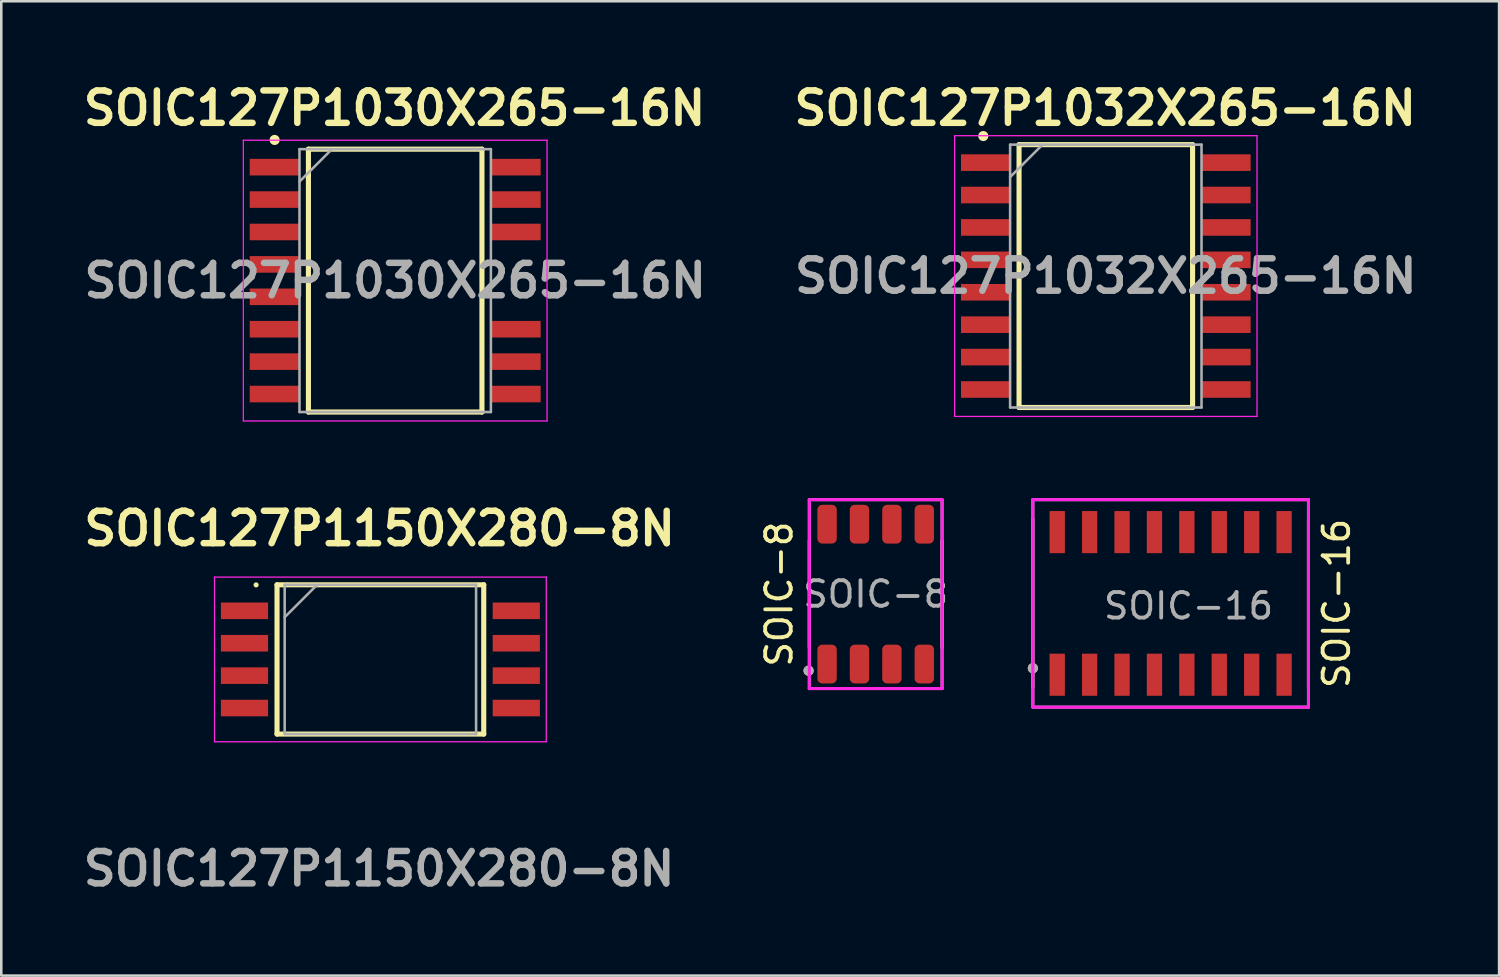
<source format=kicad_pcb>
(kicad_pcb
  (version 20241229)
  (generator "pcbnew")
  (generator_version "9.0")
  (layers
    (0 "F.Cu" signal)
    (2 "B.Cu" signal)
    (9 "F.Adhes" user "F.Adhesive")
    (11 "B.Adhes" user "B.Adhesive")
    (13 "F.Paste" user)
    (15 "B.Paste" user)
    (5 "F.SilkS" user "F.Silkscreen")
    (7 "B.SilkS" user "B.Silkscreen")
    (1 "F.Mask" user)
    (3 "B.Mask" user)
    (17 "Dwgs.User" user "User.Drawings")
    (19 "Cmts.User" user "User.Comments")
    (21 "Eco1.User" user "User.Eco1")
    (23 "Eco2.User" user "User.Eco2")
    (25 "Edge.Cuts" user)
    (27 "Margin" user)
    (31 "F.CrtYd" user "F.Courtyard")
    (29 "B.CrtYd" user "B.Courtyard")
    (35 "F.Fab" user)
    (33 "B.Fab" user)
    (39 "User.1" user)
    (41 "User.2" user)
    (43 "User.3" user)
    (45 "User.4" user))
  (footprint "SOIC127P1150X280-8N"
    (layer "F.Cu")
    (at 11.855 22.789)
    (property "Reference" "SOIC127P1150X280-8N" (at -0.03 -5.13 0) (layer "F.SilkS") (effects (font (size 1.27 1.27) (thickness 0.254))))
    (attr smd)
    (fp_line (start -4.87 -2.92) (end -4.87 -2.92) (stroke (width 0.2) (type solid)) (layer "F.SilkS"))
    (fp_line (start -4.05 -2.925) (end 4.05 -2.925) (stroke (width 0.2) (type solid)) (layer "F.SilkS"))
    (fp_line (start -4.05 2.925) (end -4.05 -2.925) (stroke (width 0.2) (type solid)) (layer "F.SilkS"))
    (fp_line (start 4.05 -2.925) (end 4.05 2.925) (stroke (width 0.2) (type solid)) (layer "F.SilkS"))
    (fp_line (start 4.05 2.925) (end -4.05 2.925) (stroke (width 0.2) (type solid)) (layer "F.SilkS"))
    (fp_line (start -6.5 -3.225) (end 6.5 -3.225) (stroke (width 0.05) (type solid)) (layer "F.CrtYd"))
    (fp_line (start -6.5 3.225) (end -6.5 -3.225) (stroke (width 0.05) (type solid)) (layer "F.CrtYd"))
    (fp_line (start 6.5 -3.225) (end 6.5 3.225) (stroke (width 0.05) (type solid)) (layer "F.CrtYd"))
    (fp_line (start 6.5 3.225) (end -6.5 3.225) (stroke (width 0.05) (type solid)) (layer "F.CrtYd"))
    (fp_line (start -3.75 -2.925) (end 3.75 -2.925) (stroke (width 0.1) (type solid)) (layer "F.Fab"))
    (fp_line (start -3.75 -1.655) (end -2.48 -2.925) (stroke (width 0.1) (type solid)) (layer "F.Fab"))
    (fp_line (start -3.75 2.925) (end -3.75 -2.925) (stroke (width 0.1) (type solid)) (layer "F.Fab"))
    (fp_line (start 3.75 -2.925) (end 3.75 2.925) (stroke (width 0.1) (type solid)) (layer "F.Fab"))
    (fp_line (start 3.75 2.925) (end -3.75 2.925) (stroke (width 0.1) (type solid)) (layer "F.Fab"))
    (fp_text user "${REFERENCE}" (at -0.05 8.2 0) (layer "F.Fab") (effects (font (size 1.27 1.27) (thickness 0.254))))
    (pad "1" smd rect (at -5.325 -1.905 90) (size 0.65 1.85) (layers "F.Cu" "F.Mask" "F.Paste"))
    (pad "2" smd rect (at -5.325 -0.635 90) (size 0.65 1.85) (layers "F.Cu" "F.Mask" "F.Paste"))
    (pad "3" smd rect (at -5.325 0.635 90) (size 0.65 1.85) (layers "F.Cu" "F.Mask" "F.Paste"))
    (pad "4" smd rect (at -5.325 1.905 90) (size 0.65 1.85) (layers "F.Cu" "F.Mask" "F.Paste"))
    (pad "5" smd rect (at 5.325 1.905 90) (size 0.65 1.85) (layers "F.Cu" "F.Mask" "F.Paste"))
    (pad "6" smd rect (at 5.325 0.635 90) (size 0.65 1.85) (layers "F.Cu" "F.Mask" "F.Paste"))
    (pad "7" smd rect (at 5.325 -0.635 90) (size 0.65 1.85) (layers "F.Cu" "F.Mask" "F.Paste"))
    (pad "8" smd rect (at 5.325 -1.905 90) (size 0.65 1.85) (layers "F.Cu" "F.Mask" "F.Paste")))
  (footprint "SOIC127P1032X265-16N"
    (layer "F.Cu")
    (at 40.28 7.767)
    (property "Reference" "SOIC127P1032X265-16N" (at -0.025 -6.579 0) (layer "F.SilkS") (effects (font (size 1.27 1.27) (thickness 0.254))))
    (attr smd)
    (fp_line (start -3.4 -5.15) (end 3.4 -5.15) (stroke (width 0.2) (type solid)) (layer "F.SilkS"))
    (fp_line (start -3.4 5.15) (end -3.4 -5.15) (stroke (width 0.2) (type solid)) (layer "F.SilkS"))
    (fp_line (start 3.4 -5.15) (end 3.4 5.15) (stroke (width 0.2) (type solid)) (layer "F.SilkS"))
    (fp_line (start 3.4 5.15) (end -3.4 5.15) (stroke (width 0.2) (type solid)) (layer "F.SilkS"))
    (fp_circle (center -4.801 -5.486) (end -4.701 -5.486) (stroke (width 0.2) (type solid)) (fill no) (layer "F.SilkS"))
    (fp_line (start -5.925 -5.5) (end 5.925 -5.5) (stroke (width 0.05) (type solid)) (layer "F.CrtYd"))
    (fp_line (start -5.925 5.5) (end -5.925 -5.5) (stroke (width 0.05) (type solid)) (layer "F.CrtYd"))
    (fp_line (start 5.925 -5.5) (end 5.925 5.5) (stroke (width 0.05) (type solid)) (layer "F.CrtYd"))
    (fp_line (start 5.925 5.5) (end -5.925 5.5) (stroke (width 0.05) (type solid)) (layer "F.CrtYd"))
    (fp_line (start -3.75 -5.15) (end 3.75 -5.15) (stroke (width 0.1) (type solid)) (layer "F.Fab"))
    (fp_line (start -3.75 -3.88) (end -2.48 -5.15) (stroke (width 0.1) (type solid)) (layer "F.Fab"))
    (fp_line (start -3.75 5.15) (end -3.75 -5.15) (stroke (width 0.1) (type solid)) (layer "F.Fab"))
    (fp_line (start 3.75 -5.15) (end 3.75 5.15) (stroke (width 0.1) (type solid)) (layer "F.Fab"))
    (fp_line (start 3.75 5.15) (end -3.75 5.15) (stroke (width 0.1) (type solid)) (layer "F.Fab"))
    (fp_text user "${REFERENCE}" (at 0 0 0) (layer "F.Fab") (effects (font (size 1.27 1.27) (thickness 0.254))))
    (pad "1" smd rect (at -4.712 -4.445 90) (size 0.65 1.925) (layers "F.Cu" "F.Mask" "F.Paste"))
    (pad "2" smd rect (at -4.712 -3.175 90) (size 0.65 1.925) (layers "F.Cu" "F.Mask" "F.Paste"))
    (pad "3" smd rect (at -4.712 -1.905 90) (size 0.65 1.925) (layers "F.Cu" "F.Mask" "F.Paste"))
    (pad "4" smd rect (at -4.712 -0.635 90) (size 0.65 1.925) (layers "F.Cu" "F.Mask" "F.Paste"))
    (pad "5" smd rect (at -4.712 0.635 90) (size 0.65 1.925) (layers "F.Cu" "F.Mask" "F.Paste"))
    (pad "6" smd rect (at -4.712 1.905 90) (size 0.65 1.925) (layers "F.Cu" "F.Mask" "F.Paste"))
    (pad "7" smd rect (at -4.712 3.175 90) (size 0.65 1.925) (layers "F.Cu" "F.Mask" "F.Paste"))
    (pad "8" smd rect (at -4.712 4.445 90) (size 0.65 1.925) (layers "F.Cu" "F.Mask" "F.Paste"))
    (pad "9" smd rect (at 4.712 4.445 90) (size 0.65 1.925) (layers "F.Cu" "F.Mask" "F.Paste"))
    (pad "10" smd rect (at 4.712 3.175 90) (size 0.65 1.925) (layers "F.Cu" "F.Mask" "F.Paste"))
    (pad "11" smd rect (at 4.712 1.905 90) (size 0.65 1.925) (layers "F.Cu" "F.Mask" "F.Paste"))
    (pad "12" smd rect (at 4.712 0.635 90) (size 0.65 1.925) (layers "F.Cu" "F.Mask" "F.Paste"))
    (pad "13" smd rect (at 4.712 -0.635 90) (size 0.65 1.925) (layers "F.Cu" "F.Mask" "F.Paste"))
    (pad "14" smd rect (at 4.712 -1.905 90) (size 0.65 1.925) (layers "F.Cu" "F.Mask" "F.Paste"))
    (pad "15" smd rect (at 4.712 -3.175 90) (size 0.65 1.925) (layers "F.Cu" "F.Mask" "F.Paste"))
    (pad "16" smd rect (at 4.712 -4.445 90) (size 0.65 1.925) (layers "F.Cu" "F.Mask" "F.Paste")))
  (footprint "SOIC-8"
    (layer "F.Cu")
    (at 31.263 20.23)
    (property "Reference" "SOIC-8" (at -3.785 0 90) (layer "F.SilkS") (effects (font (size 1 1) (thickness 0.15))))
    (attr smd)
    (fp_line (start -2.6 2.1) (end -2.6 -2.1) (stroke (width 0.12) (type solid)) (layer "F.SilkS"))
    (fp_line (start 2.6 -2.1) (end 2.6 2.1) (stroke (width 0.12) (type solid)) (layer "F.SilkS"))
    (fp_circle (center -2.63 3) (end -2.53 3) (stroke (width 0.2) (type solid)) (fill no) (layer "F.SilkS"))
    (fp_line (start -2.6 -3.7) (end 2.6 -3.7) (stroke (width 0.12) (type solid)) (layer "F.CrtYd"))
    (fp_line (start -2.6 3.7) (end -2.6 -3.7) (stroke (width 0.12) (type solid)) (layer "F.CrtYd"))
    (fp_line (start 2.6 -3.7) (end 2.6 3.7) (stroke (width 0.12) (type solid)) (layer "F.CrtYd"))
    (fp_line (start 2.6 3.7) (end -2.6 3.7) (stroke (width 0.12) (type solid)) (layer "F.CrtYd"))
    (fp_line (start -2.6 -3.7) (end 2.6 -3.7) (stroke (width 0.12) (type solid)) (layer "F.Fab"))
    (fp_line (start -2.6 3.7) (end -2.6 -3.7) (stroke (width 0.12) (type solid)) (layer "F.Fab"))
    (fp_line (start 2.6 -3.7) (end 2.6 3.7) (stroke (width 0.12) (type solid)) (layer "F.Fab"))
    (fp_line (start 2.6 3.7) (end -2.6 3.7) (stroke (width 0.12) (type solid)) (layer "F.Fab"))
    (fp_circle (center -2.63 3) (end -2.53 3) (stroke (width 0.2) (type solid)) (fill no) (layer "F.Fab"))
    (fp_text user "${REFERENCE}" (at 0 0 0) (layer "F.Fab") (effects (font (size 1 1) (thickness 0.15))))
    (pad "1" smd roundrect (at -1.905 2.74) (size 0.76 1.52) (layers "F.Cu" "F.Mask" "F.Paste") (roundrect_rratio 0.25))
    (pad "2" smd roundrect (at -0.635 2.74) (size 0.76 1.52) (layers "F.Cu" "F.Mask" "F.Paste") (roundrect_rratio 0.25))
    (pad "3" smd roundrect (at 0.635 2.74) (size 0.76 1.52) (layers "F.Cu" "F.Mask" "F.Paste") (roundrect_rratio 0.25))
    (pad "4" smd roundrect (at 1.905 2.74) (size 0.76 1.52) (layers "F.Cu" "F.Mask" "F.Paste") (roundrect_rratio 0.25))
    (pad "5" smd roundrect (at 1.905 -2.74) (size 0.76 1.52) (layers "F.Cu" "F.Mask" "F.Paste") (roundrect_rratio 0.25))
    (pad "6" smd roundrect (at 0.635 -2.74) (size 0.76 1.52) (layers "F.Cu" "F.Mask" "F.Paste") (roundrect_rratio 0.25))
    (pad "7" smd roundrect (at -0.635 -2.74) (size 0.76 1.52) (layers "F.Cu" "F.Mask" "F.Paste") (roundrect_rratio 0.25))
    (pad "8" smd roundrect (at -1.905 -2.74) (size 0.76 1.52) (layers "F.Cu" "F.Mask" "F.Paste") (roundrect_rratio 0.25)))
  (footprint "SOIC-16"
    (layer "F.Cu")
    (at 42.821 20.594)
    (property "Reference" "SOIC-16" (at 6.5 0 90) (layer "F.SilkS") (effects (font (size 1 1) (thickness 0.15))))
    (attr smd)
    (fp_line (start -5.4 3.3) (end -5.4 -3.3) (stroke (width 0.12) (type solid)) (layer "F.SilkS"))
    (fp_line (start 5.4 3.3) (end 5.4 -3.3) (stroke (width 0.12) (type solid)) (layer "F.SilkS"))
    (fp_circle (center -5.4 2.54) (end -5.3 2.54) (stroke (width 0.2) (type solid)) (fill no) (layer "F.SilkS"))
    (fp_line (start -5.4 -4.064) (end 5.4 -4.064) (stroke (width 0.12) (type solid)) (layer "F.CrtYd"))
    (fp_line (start -5.4 4.064) (end -5.4 -4.064) (stroke (width 0.12) (type solid)) (layer "F.CrtYd"))
    (fp_line (start 5.4 -4.064) (end 5.4 4.064) (stroke (width 0.12) (type solid)) (layer "F.CrtYd"))
    (fp_line (start 5.4 4.064) (end -5.4 4.064) (stroke (width 0.12) (type solid)) (layer "F.CrtYd"))
    (fp_line (start -5.4 -4.064) (end 5.4 -4.064) (stroke (width 0.12) (type solid)) (layer "F.Fab"))
    (fp_line (start -5.4 4.064) (end -5.4 -4.064) (stroke (width 0.12) (type solid)) (layer "F.Fab"))
    (fp_line (start 5.4 -4.064) (end 5.4 4.064) (stroke (width 0.12) (type solid)) (layer "F.Fab"))
    (fp_line (start 5.4 4.064) (end -5.4 4.064) (stroke (width 0.12) (type solid)) (layer "F.Fab"))
    (fp_circle (center -5.4 2.54) (end -5.3 2.54) (stroke (width 0.2) (type solid)) (fill no) (layer "F.Fab"))
    (fp_text user "${REFERENCE}" (at 0.7 0.1 0) (layer "F.Fab") (effects (font (size 1 1) (thickness 0.15))))
    (pad "1" smd rect (at -4.445 2.794) (size 0.6 1.65) (layers "F.Cu" "F.Mask" "F.Paste"))
    (pad "2" smd rect (at -3.175 2.794) (size 0.6 1.65) (layers "F.Cu" "F.Mask" "F.Paste"))
    (pad "3" smd rect (at -1.905 2.794) (size 0.6 1.65) (layers "F.Cu" "F.Mask" "F.Paste"))
    (pad "4" smd rect (at -0.635 2.794) (size 0.6 1.65) (layers "F.Cu" "F.Mask" "F.Paste"))
    (pad "5" smd rect (at 0.635 2.794) (size 0.6 1.65) (layers "F.Cu" "F.Mask" "F.Paste"))
    (pad "6" smd rect (at 1.905 2.794) (size 0.6 1.65) (layers "F.Cu" "F.Mask" "F.Paste"))
    (pad "7" smd rect (at 3.175 2.794) (size 0.6 1.65) (layers "F.Cu" "F.Mask" "F.Paste"))
    (pad "8" smd rect (at 4.445 2.794) (size 0.6 1.65) (layers "F.Cu" "F.Mask" "F.Paste"))
    (pad "9" smd rect (at 4.445 -2.794) (size 0.6 1.65) (layers "F.Cu" "F.Mask" "F.Paste"))
    (pad "10" smd rect (at 3.175 -2.794) (size 0.6 1.65) (layers "F.Cu" "F.Mask" "F.Paste"))
    (pad "11" smd rect (at 1.905 -2.794) (size 0.6 1.65) (layers "F.Cu" "F.Mask" "F.Paste"))
    (pad "12" smd rect (at 0.635 -2.794) (size 0.6 1.65) (layers "F.Cu" "F.Mask" "F.Paste"))
    (pad "13" smd rect (at -0.635 -2.794) (size 0.6 1.65) (layers "F.Cu" "F.Mask" "F.Paste"))
    (pad "14" smd rect (at -1.905 -2.794) (size 0.6 1.65) (layers "F.Cu" "F.Mask" "F.Paste"))
    (pad "15" smd rect (at -3.175 -2.794) (size 0.6 1.65) (layers "F.Cu" "F.Mask" "F.Paste"))
    (pad "16" smd rect (at -4.445 -2.794) (size 0.6 1.65) (layers "F.Cu" "F.Mask" "F.Paste")))
  (footprint "SOIC127P1030X265-16N"
    (layer "F.Cu")
    (at 12.435 7.945)
    (property "Reference" "SOIC127P1030X265-16N" (at -0.025 -6.756 0) (layer "F.SilkS") (effects (font (size 1.27 1.27) (thickness 0.254))))
    (attr smd)
    (fp_line (start -3.4 -5.15) (end 3.4 -5.15) (stroke (width 0.2) (type solid)) (layer "F.SilkS"))
    (fp_line (start -3.4 5.15) (end -3.4 -5.15) (stroke (width 0.2) (type solid)) (layer "F.SilkS"))
    (fp_line (start 3.4 -5.15) (end 3.4 5.15) (stroke (width 0.2) (type solid)) (layer "F.SilkS"))
    (fp_line (start 3.4 5.15) (end -3.4 5.15) (stroke (width 0.2) (type solid)) (layer "F.SilkS"))
    (fp_circle (center -4.724 -5.512) (end -4.624 -5.512) (stroke (width 0.2) (type solid)) (fill no) (layer "F.SilkS"))
    (fp_line (start -5.95 -5.5) (end 5.95 -5.5) (stroke (width 0.05) (type solid)) (layer "F.CrtYd"))
    (fp_line (start -5.95 5.5) (end -5.95 -5.5) (stroke (width 0.05) (type solid)) (layer "F.CrtYd"))
    (fp_line (start 5.95 -5.5) (end 5.95 5.5) (stroke (width 0.05) (type solid)) (layer "F.CrtYd"))
    (fp_line (start 5.95 5.5) (end -5.95 5.5) (stroke (width 0.05) (type solid)) (layer "F.CrtYd"))
    (fp_line (start -3.75 -5.15) (end 3.75 -5.15) (stroke (width 0.1) (type solid)) (layer "F.Fab"))
    (fp_line (start -3.75 -3.88) (end -2.48 -5.15) (stroke (width 0.1) (type solid)) (layer "F.Fab"))
    (fp_line (start -3.75 5.15) (end -3.75 -5.15) (stroke (width 0.1) (type solid)) (layer "F.Fab"))
    (fp_line (start 3.75 -5.15) (end 3.75 5.15) (stroke (width 0.1) (type solid)) (layer "F.Fab"))
    (fp_line (start 3.75 5.15) (end -3.75 5.15) (stroke (width 0.1) (type solid)) (layer "F.Fab"))
    (fp_text user "${REFERENCE}" (at 0 0 0) (layer "F.Fab") (effects (font (size 1.27 1.27) (thickness 0.254))))
    (pad "1" smd rect (at -4.725 -4.445 90) (size 0.65 1.95) (layers "F.Cu" "F.Mask" "F.Paste"))
    (pad "2" smd rect (at -4.725 -3.175 90) (size 0.65 1.95) (layers "F.Cu" "F.Mask" "F.Paste"))
    (pad "3" smd rect (at -4.725 -1.905 90) (size 0.65 1.95) (layers "F.Cu" "F.Mask" "F.Paste"))
    (pad "4" smd rect (at -4.725 -0.635 90) (size 0.65 1.95) (layers "F.Cu" "F.Mask" "F.Paste"))
    (pad "5" smd rect (at -4.725 0.635 90) (size 0.65 1.95) (layers "F.Cu" "F.Mask" "F.Paste"))
    (pad "6" smd rect (at -4.725 1.905 90) (size 0.65 1.95) (layers "F.Cu" "F.Mask" "F.Paste"))
    (pad "7" smd rect (at -4.725 3.175 90) (size 0.65 1.95) (layers "F.Cu" "F.Mask" "F.Paste"))
    (pad "8" smd rect (at -4.725 4.445 90) (size 0.65 1.95) (layers "F.Cu" "F.Mask" "F.Paste"))
    (pad "9" smd rect (at 4.725 4.445 90) (size 0.65 1.95) (layers "F.Cu" "F.Mask" "F.Paste"))
    (pad "10" smd rect (at 4.725 3.175 90) (size 0.65 1.95) (layers "F.Cu" "F.Mask" "F.Paste"))
    (pad "11" smd rect (at 4.725 1.905 90) (size 0.65 1.95) (layers "F.Cu" "F.Mask" "F.Paste"))
    (pad "14" smd rect (at 4.725 -1.905 90) (size 0.65 1.95) (layers "F.Cu" "F.Mask" "F.Paste"))
    (pad "15" smd rect (at 4.725 -3.175 90) (size 0.65 1.95) (layers "F.Cu" "F.Mask" "F.Paste"))
    (pad "16" smd rect (at 4.725 -4.445 90) (size 0.65 1.95) (layers "F.Cu" "F.Mask" "F.Paste")))
  (gr_rect
    (start -3 -3)
    (end 55.69 35.178)
    (stroke (width 0.1) (type default))
    (fill no)
    (layer "Edge.Cuts")))
</source>
